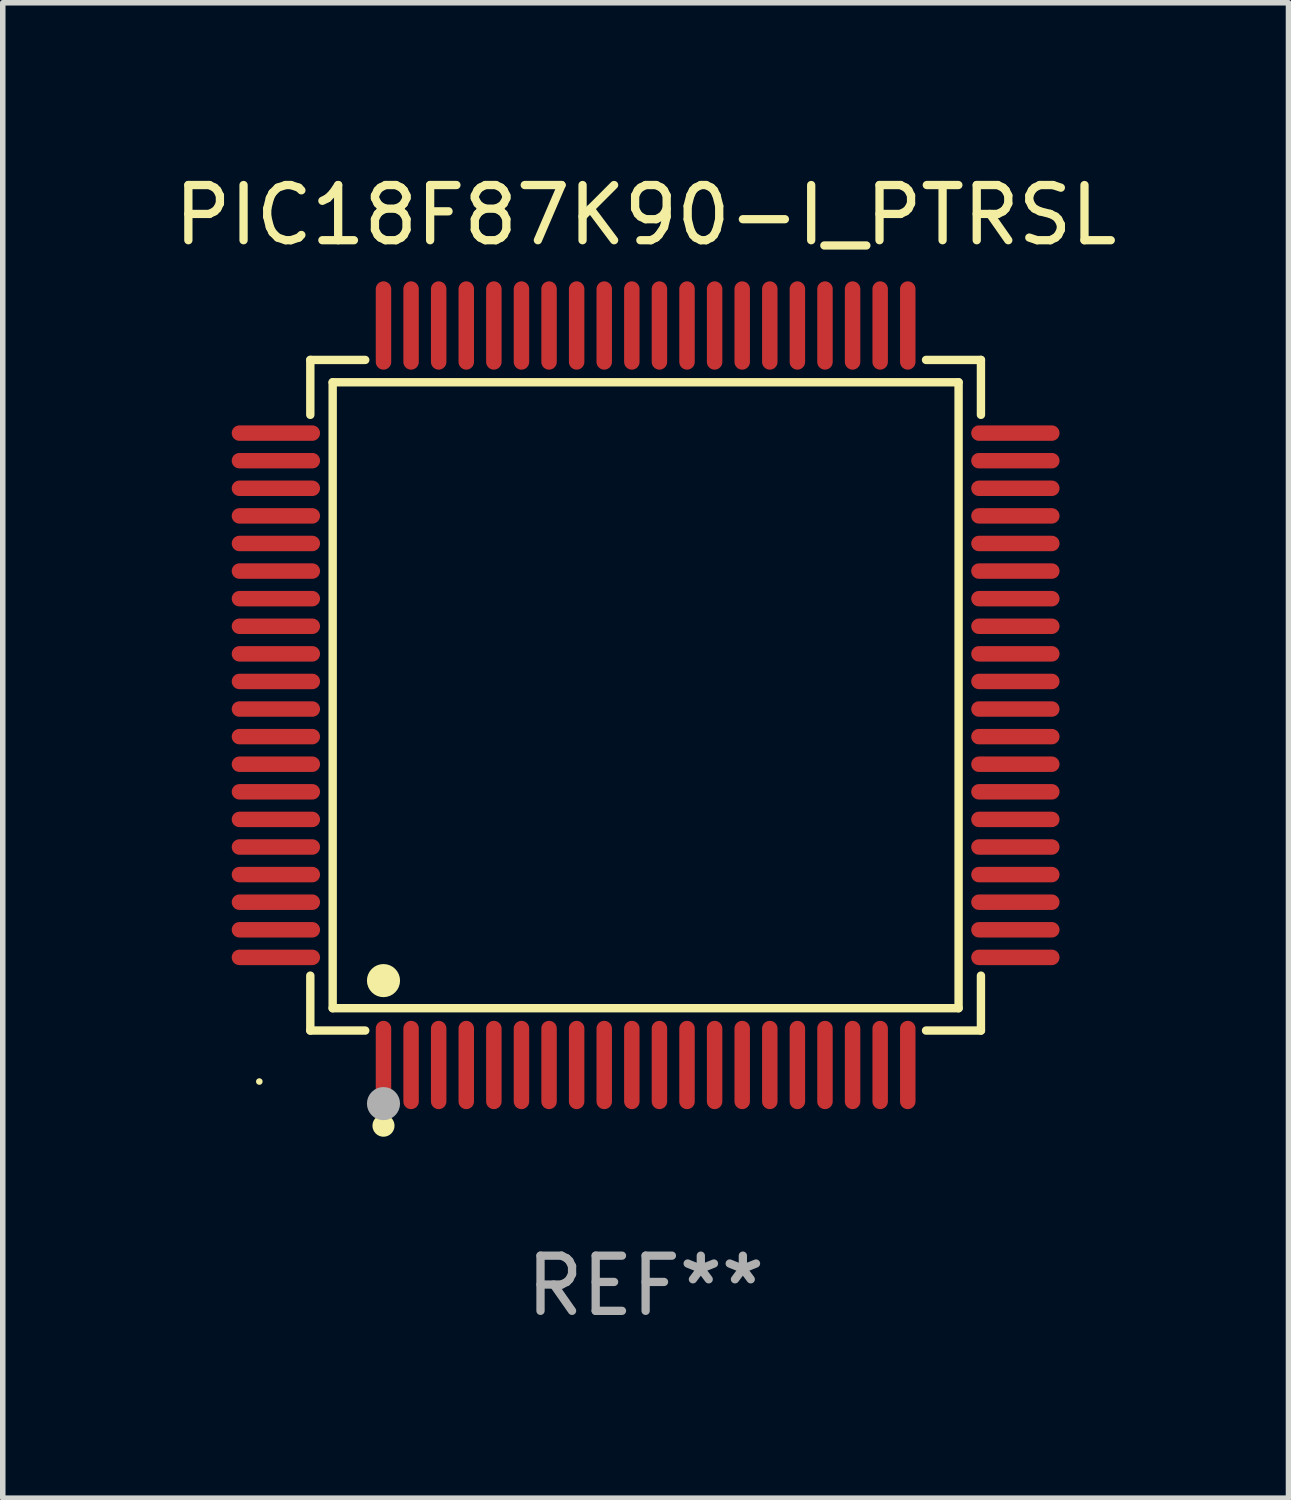
<source format=kicad_pcb>
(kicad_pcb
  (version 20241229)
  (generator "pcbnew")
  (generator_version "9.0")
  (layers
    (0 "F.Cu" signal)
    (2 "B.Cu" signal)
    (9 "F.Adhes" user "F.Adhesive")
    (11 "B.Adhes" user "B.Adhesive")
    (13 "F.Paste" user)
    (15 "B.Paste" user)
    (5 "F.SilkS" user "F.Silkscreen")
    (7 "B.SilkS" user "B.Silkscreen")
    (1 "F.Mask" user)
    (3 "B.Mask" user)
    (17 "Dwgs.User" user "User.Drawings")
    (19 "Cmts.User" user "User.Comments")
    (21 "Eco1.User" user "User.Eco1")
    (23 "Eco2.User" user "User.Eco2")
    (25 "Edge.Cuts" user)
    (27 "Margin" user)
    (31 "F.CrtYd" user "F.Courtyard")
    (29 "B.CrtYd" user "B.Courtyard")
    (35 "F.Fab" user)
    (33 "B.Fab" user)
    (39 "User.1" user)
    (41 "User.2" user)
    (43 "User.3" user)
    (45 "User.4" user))
  (footprint "PIC18F87K90-I_PTRSL"
    (layer "F.Cu")
    (at 8.649 9.548)
    (property "Reference" "PIC18F87K90-I_PTRSL" (at 0 -8.7 0) (layer "F.SilkS") (effects (font (size 1 1) (thickness 0.15))))
    (attr through_hole)
    (fp_line (start -6.076 -6.076) (end -5.081 -6.076) (stroke (width 0.152) (type solid)) (layer "F.SilkS"))
    (fp_line (start -6.076 -5.081) (end -6.076 -6.076) (stroke (width 0.152) (type solid)) (layer "F.SilkS"))
    (fp_line (start -6.076 5.081) (end -6.076 6.076) (stroke (width 0.152) (type solid)) (layer "F.SilkS"))
    (fp_line (start -6.076 6.076) (end -5.081 6.076) (stroke (width 0.152) (type solid)) (layer "F.SilkS"))
    (fp_line (start -5.671 -5.671) (end 5.671 -5.671) (stroke (width 0.152) (type solid)) (layer "F.SilkS"))
    (fp_line (start -5.671 5.671) (end -5.671 -5.671) (stroke (width 0.152) (type solid)) (layer "F.SilkS"))
    (fp_line (start 5.671 -5.671) (end 5.671 5.671) (stroke (width 0.152) (type solid)) (layer "F.SilkS"))
    (fp_line (start 5.671 5.671) (end -5.671 5.671) (stroke (width 0.152) (type solid)) (layer "F.SilkS"))
    (fp_line (start 6.076 -6.076) (end 5.081 -6.076) (stroke (width 0.152) (type solid)) (layer "F.SilkS"))
    (fp_line (start 6.076 -5.081) (end 6.076 -6.076) (stroke (width 0.152) (type solid)) (layer "F.SilkS"))
    (fp_line (start 6.076 5.081) (end 6.076 6.076) (stroke (width 0.152) (type solid)) (layer "F.SilkS"))
    (fp_line (start 6.076 6.076) (end 5.081 6.076) (stroke (width 0.152) (type solid)) (layer "F.SilkS"))
    (fp_circle (center -7 7) (end -6.97 7) (stroke (width 0.06) (type solid)) (fill no) (layer "F.SilkS"))
    (fp_circle (center -4.75 5.171) (end -4.6 5.171) (stroke (width 0.3) (type solid)) (fill no) (layer "F.SilkS"))
    (fp_circle (center -4.75 7.8) (end -4.65 7.8) (stroke (width 0.2) (type solid)) (fill no) (layer "F.SilkS"))
    (fp_circle (center -4.75 7.4) (end -4.6 7.4) (stroke (width 0.3) (type solid)) (fill no) (layer "F.Fab"))
    (fp_text user "REF**" (at 0 10.7 0) (layer "F.Fab") (effects (font (size 1 1) (thickness 0.15))))
    (pad "1" smd oval (at -4.75 6.7) (size 0.28 1.6) (layers "F.Cu" "F.Mask" "F.Paste"))
    (pad "2" smd oval (at -4.25 6.7) (size 0.28 1.6) (layers "F.Cu" "F.Mask" "F.Paste"))
    (pad "3" smd oval (at -3.75 6.7) (size 0.28 1.6) (layers "F.Cu" "F.Mask" "F.Paste"))
    (pad "4" smd oval (at -3.25 6.7) (size 0.28 1.6) (layers "F.Cu" "F.Mask" "F.Paste"))
    (pad "5" smd oval (at -2.75 6.7) (size 0.28 1.6) (layers "F.Cu" "F.Mask" "F.Paste"))
    (pad "6" smd oval (at -2.25 6.7) (size 0.28 1.6) (layers "F.Cu" "F.Mask" "F.Paste"))
    (pad "7" smd oval (at -1.75 6.7) (size 0.28 1.6) (layers "F.Cu" "F.Mask" "F.Paste"))
    (pad "8" smd oval (at -1.25 6.7) (size 0.28 1.6) (layers "F.Cu" "F.Mask" "F.Paste"))
    (pad "9" smd oval (at -0.75 6.7) (size 0.28 1.6) (layers "F.Cu" "F.Mask" "F.Paste"))
    (pad "10" smd oval (at -0.25 6.7) (size 0.28 1.6) (layers "F.Cu" "F.Mask" "F.Paste"))
    (pad "11" smd oval (at 0.25 6.7) (size 0.28 1.6) (layers "F.Cu" "F.Mask" "F.Paste"))
    (pad "12" smd oval (at 0.75 6.7) (size 0.28 1.6) (layers "F.Cu" "F.Mask" "F.Paste"))
    (pad "13" smd oval (at 1.25 6.7) (size 0.28 1.6) (layers "F.Cu" "F.Mask" "F.Paste"))
    (pad "14" smd oval (at 1.75 6.7) (size 0.28 1.6) (layers "F.Cu" "F.Mask" "F.Paste"))
    (pad "15" smd oval (at 2.25 6.7) (size 0.28 1.6) (layers "F.Cu" "F.Mask" "F.Paste"))
    (pad "16" smd oval (at 2.75 6.7) (size 0.28 1.6) (layers "F.Cu" "F.Mask" "F.Paste"))
    (pad "17" smd oval (at 3.25 6.7) (size 0.28 1.6) (layers "F.Cu" "F.Mask" "F.Paste"))
    (pad "18" smd oval (at 3.75 6.7) (size 0.28 1.6) (layers "F.Cu" "F.Mask" "F.Paste"))
    (pad "19" smd oval (at 4.25 6.7) (size 0.28 1.6) (layers "F.Cu" "F.Mask" "F.Paste"))
    (pad "20" smd oval (at 4.75 6.7) (size 0.28 1.6) (layers "F.Cu" "F.Mask" "F.Paste"))
    (pad "21" smd oval (at 6.7 4.75) (size 1.6 0.28) (layers "F.Cu" "F.Mask" "F.Paste"))
    (pad "22" smd oval (at 6.7 4.25) (size 1.6 0.28) (layers "F.Cu" "F.Mask" "F.Paste"))
    (pad "23" smd oval (at 6.7 3.75) (size 1.6 0.28) (layers "F.Cu" "F.Mask" "F.Paste"))
    (pad "24" smd oval (at 6.7 3.25) (size 1.6 0.28) (layers "F.Cu" "F.Mask" "F.Paste"))
    (pad "25" smd oval (at 6.7 2.75) (size 1.6 0.28) (layers "F.Cu" "F.Mask" "F.Paste"))
    (pad "26" smd oval (at 6.7 2.25) (size 1.6 0.28) (layers "F.Cu" "F.Mask" "F.Paste"))
    (pad "27" smd oval (at 6.7 1.75) (size 1.6 0.28) (layers "F.Cu" "F.Mask" "F.Paste"))
    (pad "28" smd oval (at 6.7 1.25) (size 1.6 0.28) (layers "F.Cu" "F.Mask" "F.Paste"))
    (pad "29" smd oval (at 6.7 0.75) (size 1.6 0.28) (layers "F.Cu" "F.Mask" "F.Paste"))
    (pad "30" smd oval (at 6.7 0.25) (size 1.6 0.28) (layers "F.Cu" "F.Mask" "F.Paste"))
    (pad "31" smd oval (at 6.7 -0.25) (size 1.6 0.28) (layers "F.Cu" "F.Mask" "F.Paste"))
    (pad "32" smd oval (at 6.7 -0.75) (size 1.6 0.28) (layers "F.Cu" "F.Mask" "F.Paste"))
    (pad "33" smd oval (at 6.7 -1.25) (size 1.6 0.28) (layers "F.Cu" "F.Mask" "F.Paste"))
    (pad "34" smd oval (at 6.7 -1.75) (size 1.6 0.28) (layers "F.Cu" "F.Mask" "F.Paste"))
    (pad "35" smd oval (at 6.7 -2.25) (size 1.6 0.28) (layers "F.Cu" "F.Mask" "F.Paste"))
    (pad "36" smd oval (at 6.7 -2.75) (size 1.6 0.28) (layers "F.Cu" "F.Mask" "F.Paste"))
    (pad "37" smd oval (at 6.7 -3.25) (size 1.6 0.28) (layers "F.Cu" "F.Mask" "F.Paste"))
    (pad "38" smd oval (at 6.7 -3.75) (size 1.6 0.28) (layers "F.Cu" "F.Mask" "F.Paste"))
    (pad "39" smd oval (at 6.7 -4.25) (size 1.6 0.28) (layers "F.Cu" "F.Mask" "F.Paste"))
    (pad "40" smd oval (at 6.7 -4.75) (size 1.6 0.28) (layers "F.Cu" "F.Mask" "F.Paste"))
    (pad "41" smd oval (at 4.75 -6.7) (size 0.28 1.6) (layers "F.Cu" "F.Mask" "F.Paste"))
    (pad "42" smd oval (at 4.25 -6.7) (size 0.28 1.6) (layers "F.Cu" "F.Mask" "F.Paste"))
    (pad "43" smd oval (at 3.75 -6.7) (size 0.28 1.6) (layers "F.Cu" "F.Mask" "F.Paste"))
    (pad "44" smd oval (at 3.25 -6.7) (size 0.28 1.6) (layers "F.Cu" "F.Mask" "F.Paste"))
    (pad "45" smd oval (at 2.75 -6.7) (size 0.28 1.6) (layers "F.Cu" "F.Mask" "F.Paste"))
    (pad "46" smd oval (at 2.25 -6.7) (size 0.28 1.6) (layers "F.Cu" "F.Mask" "F.Paste"))
    (pad "47" smd oval (at 1.75 -6.7) (size 0.28 1.6) (layers "F.Cu" "F.Mask" "F.Paste"))
    (pad "48" smd oval (at 1.25 -6.7) (size 0.28 1.6) (layers "F.Cu" "F.Mask" "F.Paste"))
    (pad "49" smd oval (at 0.75 -6.7) (size 0.28 1.6) (layers "F.Cu" "F.Mask" "F.Paste"))
    (pad "50" smd oval (at 0.25 -6.7) (size 0.28 1.6) (layers "F.Cu" "F.Mask" "F.Paste"))
    (pad "51" smd oval (at -0.25 -6.7) (size 0.28 1.6) (layers "F.Cu" "F.Mask" "F.Paste"))
    (pad "52" smd oval (at -0.75 -6.7) (size 0.28 1.6) (layers "F.Cu" "F.Mask" "F.Paste"))
    (pad "53" smd oval (at -1.25 -6.7) (size 0.28 1.6) (layers "F.Cu" "F.Mask" "F.Paste"))
    (pad "54" smd oval (at -1.75 -6.7) (size 0.28 1.6) (layers "F.Cu" "F.Mask" "F.Paste"))
    (pad "55" smd oval (at -2.25 -6.7) (size 0.28 1.6) (layers "F.Cu" "F.Mask" "F.Paste"))
    (pad "56" smd oval (at -2.75 -6.7) (size 0.28 1.6) (layers "F.Cu" "F.Mask" "F.Paste"))
    (pad "57" smd oval (at -3.25 -6.7) (size 0.28 1.6) (layers "F.Cu" "F.Mask" "F.Paste"))
    (pad "58" smd oval (at -3.75 -6.7) (size 0.28 1.6) (layers "F.Cu" "F.Mask" "F.Paste"))
    (pad "59" smd oval (at -4.25 -6.7) (size 0.28 1.6) (layers "F.Cu" "F.Mask" "F.Paste"))
    (pad "60" smd oval (at -4.75 -6.7) (size 0.28 1.6) (layers "F.Cu" "F.Mask" "F.Paste"))
    (pad "61" smd oval (at -6.7 -4.75) (size 1.6 0.28) (layers "F.Cu" "F.Mask" "F.Paste"))
    (pad "62" smd oval (at -6.7 -4.25) (size 1.6 0.28) (layers "F.Cu" "F.Mask" "F.Paste"))
    (pad "63" smd oval (at -6.7 -3.75) (size 1.6 0.28) (layers "F.Cu" "F.Mask" "F.Paste"))
    (pad "64" smd oval (at -6.7 -3.25) (size 1.6 0.28) (layers "F.Cu" "F.Mask" "F.Paste"))
    (pad "65" smd oval (at -6.7 -2.75) (size 1.6 0.28) (layers "F.Cu" "F.Mask" "F.Paste"))
    (pad "66" smd oval (at -6.7 -2.25) (size 1.6 0.28) (layers "F.Cu" "F.Mask" "F.Paste"))
    (pad "67" smd oval (at -6.7 -1.75) (size 1.6 0.28) (layers "F.Cu" "F.Mask" "F.Paste"))
    (pad "68" smd oval (at -6.7 -1.25) (size 1.6 0.28) (layers "F.Cu" "F.Mask" "F.Paste"))
    (pad "69" smd oval (at -6.7 -0.75) (size 1.6 0.28) (layers "F.Cu" "F.Mask" "F.Paste"))
    (pad "70" smd oval (at -6.7 -0.25) (size 1.6 0.28) (layers "F.Cu" "F.Mask" "F.Paste"))
    (pad "71" smd oval (at -6.7 0.25) (size 1.6 0.28) (layers "F.Cu" "F.Mask" "F.Paste"))
    (pad "72" smd oval (at -6.7 0.75) (size 1.6 0.28) (layers "F.Cu" "F.Mask" "F.Paste"))
    (pad "73" smd oval (at -6.7 1.25) (size 1.6 0.28) (layers "F.Cu" "F.Mask" "F.Paste"))
    (pad "74" smd oval (at -6.7 1.75) (size 1.6 0.28) (layers "F.Cu" "F.Mask" "F.Paste"))
    (pad "75" smd oval (at -6.7 2.25) (size 1.6 0.28) (layers "F.Cu" "F.Mask" "F.Paste"))
    (pad "76" smd oval (at -6.7 2.75) (size 1.6 0.28) (layers "F.Cu" "F.Mask" "F.Paste"))
    (pad "77" smd oval (at -6.7 3.25) (size 1.6 0.28) (layers "F.Cu" "F.Mask" "F.Paste"))
    (pad "78" smd oval (at -6.7 3.75) (size 1.6 0.28) (layers "F.Cu" "F.Mask" "F.Paste"))
    (pad "79" smd oval (at -6.7 4.25) (size 1.6 0.28) (layers "F.Cu" "F.Mask" "F.Paste"))
    (pad "80" smd oval (at -6.7 4.75) (size 1.6 0.28) (layers "F.Cu" "F.Mask" "F.Paste")))
  (gr_rect
    (start -3 -3)
    (end 20.298 24.097)
    (stroke (width 0.1) (type default))
    (fill no)
    (layer "Edge.Cuts")))
</source>
